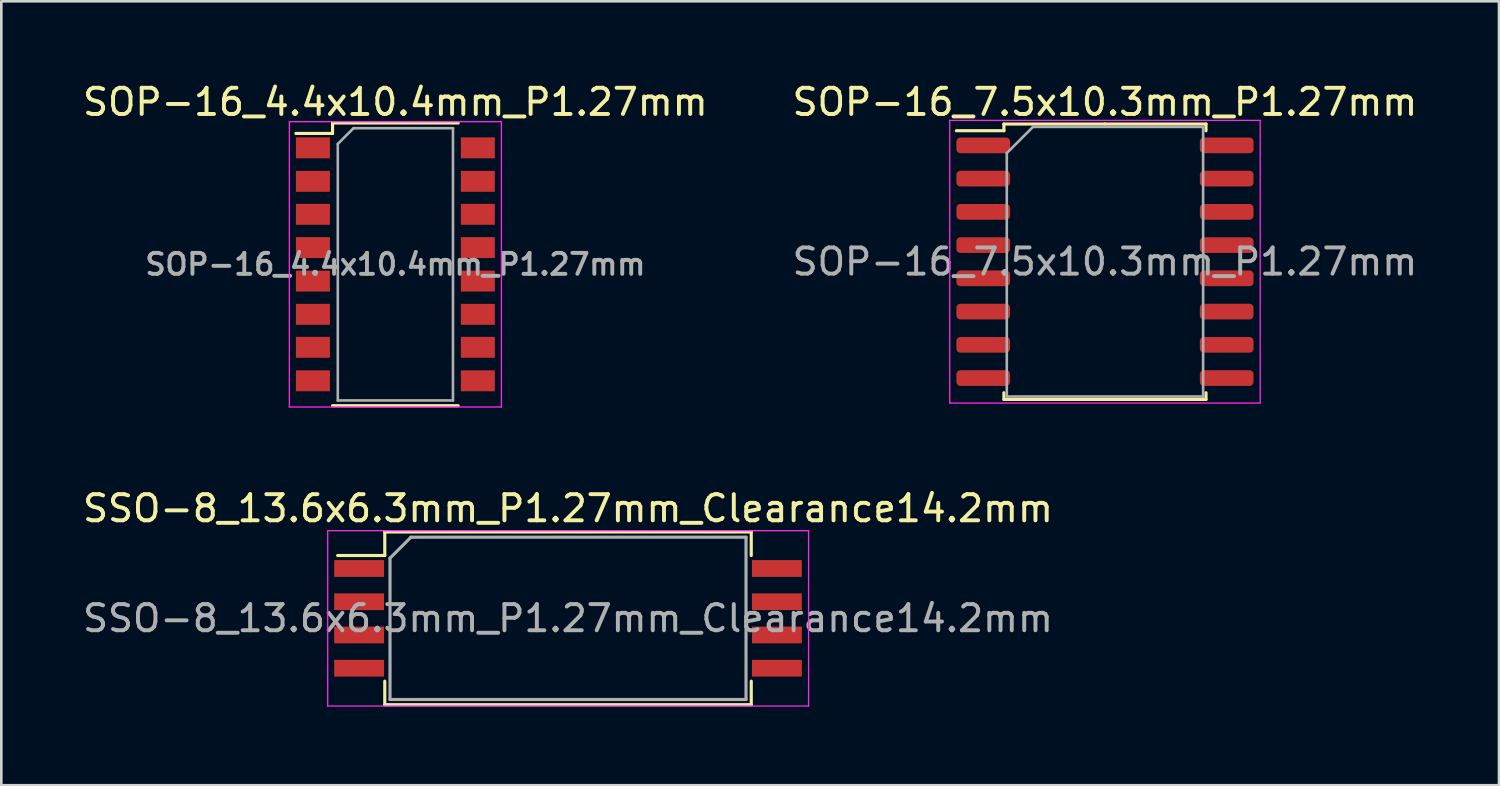
<source format=kicad_pcb>
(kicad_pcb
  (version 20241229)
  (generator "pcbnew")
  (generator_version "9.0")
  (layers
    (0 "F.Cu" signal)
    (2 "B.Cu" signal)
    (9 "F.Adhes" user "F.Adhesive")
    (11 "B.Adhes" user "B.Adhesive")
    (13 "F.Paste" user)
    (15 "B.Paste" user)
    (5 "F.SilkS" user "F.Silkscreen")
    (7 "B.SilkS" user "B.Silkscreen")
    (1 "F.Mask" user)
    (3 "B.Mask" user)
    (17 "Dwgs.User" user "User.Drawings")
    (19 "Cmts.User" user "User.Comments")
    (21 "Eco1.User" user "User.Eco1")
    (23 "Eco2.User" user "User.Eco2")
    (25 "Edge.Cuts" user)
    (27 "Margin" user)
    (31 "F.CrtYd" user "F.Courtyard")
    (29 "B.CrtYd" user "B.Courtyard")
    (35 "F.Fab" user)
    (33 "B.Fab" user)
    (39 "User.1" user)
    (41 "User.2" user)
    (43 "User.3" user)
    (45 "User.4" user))
  (footprint "SOP-16_4.4x10.4mm_P1.27mm"
    (layer "F.Cu")
    (at 12.054 7.048)
    (property "Reference" "SOP-16_4.4x10.4mm_P1.27mm" (at 0 -6.2 0) (layer "F.SilkS") (effects (font (size 1 1) (thickness 0.15))))
    (attr smd)
    (fp_line (start -2.4 -5.4) (end -2.4 -5) (stroke (width 0.12) (type solid)) (layer "F.SilkS"))
    (fp_line (start -2.4 -5.4) (end 2.4 -5.4) (stroke (width 0.12) (type solid)) (layer "F.SilkS"))
    (fp_line (start -2.4 -5) (end -3.8 -5) (stroke (width 0.12) (type solid)) (layer "F.SilkS"))
    (fp_line (start -2.4 5.4) (end 2.4 5.4) (stroke (width 0.12) (type solid)) (layer "F.SilkS"))
    (fp_line (start -4.05 -5.45) (end -4.05 5.45) (stroke (width 0.05) (type solid)) (layer "F.CrtYd"))
    (fp_line (start -4.05 -5.45) (end 4.05 -5.45) (stroke (width 0.05) (type solid)) (layer "F.CrtYd"))
    (fp_line (start 4.05 5.45) (end -4.05 5.45) (stroke (width 0.05) (type solid)) (layer "F.CrtYd"))
    (fp_line (start 4.05 5.45) (end 4.05 -5.45) (stroke (width 0.05) (type solid)) (layer "F.CrtYd"))
    (fp_line (start -2.2 -4.6) (end -1.6 -5.2) (stroke (width 0.1) (type solid)) (layer "F.Fab"))
    (fp_line (start -2.2 5.2) (end -2.2 -4.6) (stroke (width 0.1) (type solid)) (layer "F.Fab"))
    (fp_line (start -1.6 -5.2) (end 2.2 -5.2) (stroke (width 0.1) (type solid)) (layer "F.Fab"))
    (fp_line (start 2.2 -5.2) (end 2.2 5.2) (stroke (width 0.1) (type solid)) (layer "F.Fab"))
    (fp_line (start 2.2 5.2) (end -2.2 5.2) (stroke (width 0.1) (type solid)) (layer "F.Fab"))
    (fp_text user "${REFERENCE}" (at 0 0 0) (layer "F.Fab") (effects (font (size 0.8 0.8) (thickness 0.15))))
    (pad "1" smd rect (at -3.15 -4.45) (size 1.3 0.8) (layers "F.Cu" "F.Mask" "F.Paste"))
    (pad "2" smd rect (at -3.15 -3.17) (size 1.3 0.8) (layers "F.Cu" "F.Mask" "F.Paste"))
    (pad "3" smd rect (at -3.15 -1.91) (size 1.3 0.8) (layers "F.Cu" "F.Mask" "F.Paste"))
    (pad "4" smd rect (at -3.15 -0.64) (size 1.3 0.8) (layers "F.Cu" "F.Mask" "F.Paste"))
    (pad "5" smd rect (at -3.15 0.64) (size 1.3 0.8) (layers "F.Cu" "F.Mask" "F.Paste"))
    (pad "6" smd rect (at -3.15 1.91) (size 1.3 0.8) (layers "F.Cu" "F.Mask" "F.Paste"))
    (pad "7" smd rect (at -3.15 3.17) (size 1.3 0.8) (layers "F.Cu" "F.Mask" "F.Paste"))
    (pad "8" smd rect (at -3.15 4.45) (size 1.3 0.8) (layers "F.Cu" "F.Mask" "F.Paste"))
    (pad "9" smd rect (at 3.15 4.45) (size 1.3 0.8) (layers "F.Cu" "F.Mask" "F.Paste"))
    (pad "10" smd rect (at 3.15 3.17) (size 1.3 0.8) (layers "F.Cu" "F.Mask" "F.Paste"))
    (pad "11" smd rect (at 3.15 1.91) (size 1.3 0.8) (layers "F.Cu" "F.Mask" "F.Paste"))
    (pad "12" smd rect (at 3.15 0.64) (size 1.3 0.8) (layers "F.Cu" "F.Mask" "F.Paste"))
    (pad "13" smd rect (at 3.15 -0.64) (size 1.3 0.8) (layers "F.Cu" "F.Mask" "F.Paste"))
    (pad "14" smd rect (at 3.15 -1.91) (size 1.3 0.8) (layers "F.Cu" "F.Mask" "F.Paste"))
    (pad "15" smd rect (at 3.15 -3.17) (size 1.3 0.8) (layers "F.Cu" "F.Mask" "F.Paste"))
    (pad "16" smd rect (at 3.15 -4.45) (size 1.3 0.8) (layers "F.Cu" "F.Mask" "F.Paste")))
  (footprint "SOP-16_7.5x10.3mm_P1.27mm"
    (layer "F.Cu")
    (at 39.161 6.948)
    (property "Reference" "SOP-16_7.5x10.3mm_P1.27mm" (at 0 -6.1 0) (layer "F.SilkS") (effects (font (size 1 1) (thickness 0.15))))
    (attr smd)
    (fp_line (start -3.86 -5.26) (end -3.86 -5.005) (stroke (width 0.12) (type solid)) (layer "F.SilkS"))
    (fp_line (start -3.86 -5.005) (end -5.675 -5.005) (stroke (width 0.12) (type solid)) (layer "F.SilkS"))
    (fp_line (start -3.86 5.26) (end -3.86 5.005) (stroke (width 0.12) (type solid)) (layer "F.SilkS"))
    (fp_line (start 0 -5.26) (end -3.86 -5.26) (stroke (width 0.12) (type solid)) (layer "F.SilkS"))
    (fp_line (start 0 -5.26) (end 3.86 -5.26) (stroke (width 0.12) (type solid)) (layer "F.SilkS"))
    (fp_line (start 0 5.26) (end -3.86 5.26) (stroke (width 0.12) (type solid)) (layer "F.SilkS"))
    (fp_line (start 0 5.26) (end 3.86 5.26) (stroke (width 0.12) (type solid)) (layer "F.SilkS"))
    (fp_line (start 3.86 -5.26) (end 3.86 -5.005) (stroke (width 0.12) (type solid)) (layer "F.SilkS"))
    (fp_line (start 3.86 5.26) (end 3.86 5.005) (stroke (width 0.12) (type solid)) (layer "F.SilkS"))
    (fp_line (start -5.93 -5.4) (end -5.93 5.4) (stroke (width 0.05) (type solid)) (layer "F.CrtYd"))
    (fp_line (start -5.93 5.4) (end 5.93 5.4) (stroke (width 0.05) (type solid)) (layer "F.CrtYd"))
    (fp_line (start 5.93 -5.4) (end -5.93 -5.4) (stroke (width 0.05) (type solid)) (layer "F.CrtYd"))
    (fp_line (start 5.93 5.4) (end 5.93 -5.4) (stroke (width 0.05) (type solid)) (layer "F.CrtYd"))
    (fp_line (start -3.75 -4.15) (end -2.75 -5.15) (stroke (width 0.1) (type solid)) (layer "F.Fab"))
    (fp_line (start -3.75 5.15) (end -3.75 -4.15) (stroke (width 0.1) (type solid)) (layer "F.Fab"))
    (fp_line (start -2.75 -5.15) (end 3.75 -5.15) (stroke (width 0.1) (type solid)) (layer "F.Fab"))
    (fp_line (start 3.75 -5.15) (end 3.75 5.15) (stroke (width 0.1) (type solid)) (layer "F.Fab"))
    (fp_line (start 3.75 5.15) (end -3.75 5.15) (stroke (width 0.1) (type solid)) (layer "F.Fab"))
    (fp_text user "${REFERENCE}" (at 0 0 0) (layer "F.Fab") (effects (font (size 1 1) (thickness 0.15))))
    (pad "1" smd roundrect (at -4.65 -4.445) (size 2.05 0.6) (layers "F.Cu" "F.Mask" "F.Paste") (roundrect_rratio 0.25))
    (pad "2" smd roundrect (at -4.65 -3.175) (size 2.05 0.6) (layers "F.Cu" "F.Mask" "F.Paste") (roundrect_rratio 0.25))
    (pad "3" smd roundrect (at -4.65 -1.905) (size 2.05 0.6) (layers "F.Cu" "F.Mask" "F.Paste") (roundrect_rratio 0.25))
    (pad "4" smd roundrect (at -4.65 -0.635) (size 2.05 0.6) (layers "F.Cu" "F.Mask" "F.Paste") (roundrect_rratio 0.25))
    (pad "5" smd roundrect (at -4.65 0.635) (size 2.05 0.6) (layers "F.Cu" "F.Mask" "F.Paste") (roundrect_rratio 0.25))
    (pad "6" smd roundrect (at -4.65 1.905) (size 2.05 0.6) (layers "F.Cu" "F.Mask" "F.Paste") (roundrect_rratio 0.25))
    (pad "7" smd roundrect (at -4.65 3.175) (size 2.05 0.6) (layers "F.Cu" "F.Mask" "F.Paste") (roundrect_rratio 0.25))
    (pad "8" smd roundrect (at -4.65 4.445) (size 2.05 0.6) (layers "F.Cu" "F.Mask" "F.Paste") (roundrect_rratio 0.25))
    (pad "9" smd roundrect (at 4.65 4.445) (size 2.05 0.6) (layers "F.Cu" "F.Mask" "F.Paste") (roundrect_rratio 0.25))
    (pad "10" smd roundrect (at 4.65 3.175) (size 2.05 0.6) (layers "F.Cu" "F.Mask" "F.Paste") (roundrect_rratio 0.25))
    (pad "11" smd roundrect (at 4.65 1.905) (size 2.05 0.6) (layers "F.Cu" "F.Mask" "F.Paste") (roundrect_rratio 0.25))
    (pad "12" smd roundrect (at 4.65 0.635) (size 2.05 0.6) (layers "F.Cu" "F.Mask" "F.Paste") (roundrect_rratio 0.25))
    (pad "13" smd roundrect (at 4.65 -0.635) (size 2.05 0.6) (layers "F.Cu" "F.Mask" "F.Paste") (roundrect_rratio 0.25))
    (pad "14" smd roundrect (at 4.65 -1.905) (size 2.05 0.6) (layers "F.Cu" "F.Mask" "F.Paste") (roundrect_rratio 0.25))
    (pad "15" smd roundrect (at 4.65 -3.175) (size 2.05 0.6) (layers "F.Cu" "F.Mask" "F.Paste") (roundrect_rratio 0.25))
    (pad "16" smd roundrect (at 4.65 -4.445) (size 2.05 0.6) (layers "F.Cu" "F.Mask" "F.Paste") (roundrect_rratio 0.25)))
  (footprint "SSO-8_13.6x6.3mm_P1.27mm_Clearance14.2mm"
    (layer "F.Cu")
    (at 18.649 20.572)
    (property "Reference" "SSO-8_13.6x6.3mm_P1.27mm_Clearance14.2mm" (at 0 -4.2 0) (layer "F.SilkS") (effects (font (size 1 1) (thickness 0.15))))
    (attr smd)
    (fp_line (start -8.8 -2.4) (end -7 -2.4) (stroke (width 0.12) (type solid)) (layer "F.SilkS"))
    (fp_line (start -7 -3.3) (end 7 -3.3) (stroke (width 0.12) (type solid)) (layer "F.SilkS"))
    (fp_line (start -7 -2.4) (end -7 -3.3) (stroke (width 0.12) (type solid)) (layer "F.SilkS"))
    (fp_line (start -7 3.3) (end -7 2.4) (stroke (width 0.12) (type solid)) (layer "F.SilkS"))
    (fp_line (start 7 -3.3) (end 7 -2.4) (stroke (width 0.12) (type solid)) (layer "F.SilkS"))
    (fp_line (start 7 2.4) (end 7 3.3) (stroke (width 0.12) (type solid)) (layer "F.SilkS"))
    (fp_line (start 7 3.3) (end -7 3.3) (stroke (width 0.12) (type solid)) (layer "F.SilkS"))
    (fp_line (start -9.18 -3.35) (end -9.18 3.35) (stroke (width 0.05) (type solid)) (layer "F.CrtYd"))
    (fp_line (start -9.18 -3.35) (end 9.19 -3.35) (stroke (width 0.05) (type solid)) (layer "F.CrtYd"))
    (fp_line (start 9.19 3.35) (end -9.18 3.35) (stroke (width 0.05) (type solid)) (layer "F.CrtYd"))
    (fp_line (start 9.19 3.35) (end 9.19 -3.35) (stroke (width 0.05) (type solid)) (layer "F.CrtYd"))
    (fp_line (start -6.8 -2.3) (end -6.8 3.1) (stroke (width 0.12) (type solid)) (layer "F.Fab"))
    (fp_line (start -6.8 3.1) (end 6.8 3.1) (stroke (width 0.12) (type solid)) (layer "F.Fab"))
    (fp_line (start -6 -3.1) (end -6.8 -2.3) (stroke (width 0.12) (type solid)) (layer "F.Fab"))
    (fp_line (start 6.8 -3.1) (end -6 -3.1) (stroke (width 0.12) (type solid)) (layer "F.Fab"))
    (fp_line (start 6.8 3.1) (end 6.8 -3.1) (stroke (width 0.12) (type solid)) (layer "F.Fab"))
    (fp_text user "${REFERENCE}" (at 0 0 0) (layer "F.Fab") (effects (font (size 1 1) (thickness 0.15))))
    (pad "1" smd rect (at -7.98 -1.905) (size 1.905 0.64) (layers "F.Cu" "F.Mask" "F.Paste"))
    (pad "2" smd rect (at -7.98 -0.635) (size 1.905 0.64) (layers "F.Cu" "F.Mask" "F.Paste"))
    (pad "3" smd rect (at -7.98 0.635) (size 1.905 0.64) (layers "F.Cu" "F.Mask" "F.Paste"))
    (pad "4" smd rect (at -7.98 1.905) (size 1.905 0.64) (layers "F.Cu" "F.Mask" "F.Paste"))
    (pad "5" smd rect (at 7.98 1.905) (size 1.905 0.64) (layers "F.Cu" "F.Mask" "F.Paste"))
    (pad "6" smd rect (at 7.98 0.635) (size 1.905 0.64) (layers "F.Cu" "F.Mask" "F.Paste"))
    (pad "7" smd rect (at 7.98 -0.635) (size 1.905 0.64) (layers "F.Cu" "F.Mask" "F.Paste"))
    (pad "8" smd rect (at 7.98 -1.905) (size 1.905 0.64) (layers "F.Cu" "F.Mask" "F.Paste")))
  (gr_rect
    (start -3 -3)
    (end 54.214 26.947)
    (stroke (width 0.1) (type default))
    (fill no)
    (layer "Edge.Cuts")))
</source>
